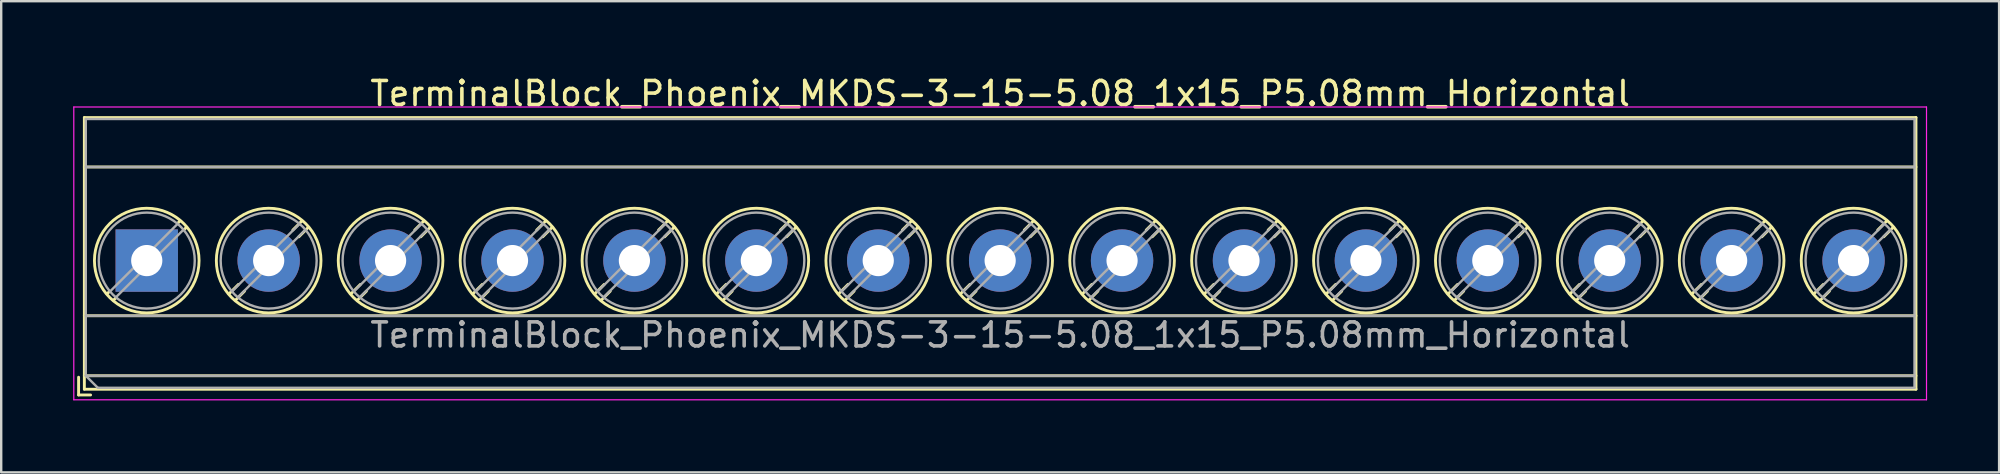
<source format=kicad_pcb>
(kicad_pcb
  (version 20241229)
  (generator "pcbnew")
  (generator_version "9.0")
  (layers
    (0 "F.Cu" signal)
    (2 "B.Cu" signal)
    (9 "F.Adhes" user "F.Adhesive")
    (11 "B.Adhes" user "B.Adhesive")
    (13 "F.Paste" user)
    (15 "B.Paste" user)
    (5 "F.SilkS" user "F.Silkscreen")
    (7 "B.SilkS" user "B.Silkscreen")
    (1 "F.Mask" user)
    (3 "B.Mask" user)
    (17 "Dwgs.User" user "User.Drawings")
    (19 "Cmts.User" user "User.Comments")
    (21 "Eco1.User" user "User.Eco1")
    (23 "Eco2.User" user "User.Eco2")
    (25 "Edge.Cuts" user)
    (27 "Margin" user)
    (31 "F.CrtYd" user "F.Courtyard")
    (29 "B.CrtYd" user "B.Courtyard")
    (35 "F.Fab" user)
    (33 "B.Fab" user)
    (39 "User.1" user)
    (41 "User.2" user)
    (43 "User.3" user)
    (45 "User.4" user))
  (footprint "TerminalBlock_Phoenix_MKDS-3-15-5.08_1x15_P5.08mm_Horizontal"
    (layer "F.Cu")
    (at 3.065 7.808)
    (property "Reference" "TerminalBlock_Phoenix_MKDS-3-15-5.08_1x15_P5.08mm_Horizontal" (at 35.56 -6.96 0) (layer "F.SilkS") (effects (font (size 1 1) (thickness 0.15))))
    (attr through_hole)
    (fp_line (start -2.84 4.86) (end -2.84 5.6) (stroke (width 0.12) (type solid)) (layer "F.SilkS"))
    (fp_line (start -2.84 5.6) (end -2.34 5.6) (stroke (width 0.12) (type solid)) (layer "F.SilkS"))
    (fp_line (start -2.6 -5.96) (end -2.6 5.36) (stroke (width 0.12) (type solid)) (layer "F.SilkS"))
    (fp_line (start -2.6 -5.96) (end 73.721 -5.96) (stroke (width 0.12) (type solid)) (layer "F.SilkS"))
    (fp_line (start -2.6 -3.9) (end 73.721 -3.9) (stroke (width 0.12) (type solid)) (layer "F.SilkS"))
    (fp_line (start -2.6 2.3) (end 73.721 2.3) (stroke (width 0.12) (type solid)) (layer "F.SilkS"))
    (fp_line (start -2.6 4.8) (end 73.721 4.8) (stroke (width 0.12) (type solid)) (layer "F.SilkS"))
    (fp_line (start -2.6 5.36) (end 73.721 5.36) (stroke (width 0.12) (type solid)) (layer "F.SilkS"))
    (fp_line (start -1.548 1.281) (end -1.654 1.388) (stroke (width 0.12) (type solid)) (layer "F.SilkS"))
    (fp_line (start -1.282 1.547) (end -1.388 1.654) (stroke (width 0.12) (type solid)) (layer "F.SilkS"))
    (fp_line (start 1.388 -1.654) (end 1.281 -1.547) (stroke (width 0.12) (type solid)) (layer "F.SilkS"))
    (fp_line (start 1.654 -1.388) (end 1.547 -1.281) (stroke (width 0.12) (type solid)) (layer "F.SilkS"))
    (fp_line (start 3.822 0.992) (end 3.427 1.388) (stroke (width 0.12) (type solid)) (layer "F.SilkS"))
    (fp_line (start 4.073 1.274) (end 3.693 1.654) (stroke (width 0.12) (type solid)) (layer "F.SilkS"))
    (fp_line (start 6.468 -1.654) (end 6.088 -1.274) (stroke (width 0.12) (type solid)) (layer "F.SilkS"))
    (fp_line (start 6.734 -1.388) (end 6.339 -0.992) (stroke (width 0.12) (type solid)) (layer "F.SilkS"))
    (fp_line (start 8.902 0.992) (end 8.507 1.388) (stroke (width 0.12) (type solid)) (layer "F.SilkS"))
    (fp_line (start 9.153 1.274) (end 8.773 1.654) (stroke (width 0.12) (type solid)) (layer "F.SilkS"))
    (fp_line (start 11.548 -1.654) (end 11.168 -1.274) (stroke (width 0.12) (type solid)) (layer "F.SilkS"))
    (fp_line (start 11.814 -1.388) (end 11.419 -0.992) (stroke (width 0.12) (type solid)) (layer "F.SilkS"))
    (fp_line (start 13.982 0.992) (end 13.587 1.388) (stroke (width 0.12) (type solid)) (layer "F.SilkS"))
    (fp_line (start 14.233 1.274) (end 13.853 1.654) (stroke (width 0.12) (type solid)) (layer "F.SilkS"))
    (fp_line (start 16.628 -1.654) (end 16.248 -1.274) (stroke (width 0.12) (type solid)) (layer "F.SilkS"))
    (fp_line (start 16.894 -1.388) (end 16.499 -0.992) (stroke (width 0.12) (type solid)) (layer "F.SilkS"))
    (fp_line (start 19.062 0.992) (end 18.667 1.388) (stroke (width 0.12) (type solid)) (layer "F.SilkS"))
    (fp_line (start 19.313 1.274) (end 18.933 1.654) (stroke (width 0.12) (type solid)) (layer "F.SilkS"))
    (fp_line (start 21.708 -1.654) (end 21.328 -1.274) (stroke (width 0.12) (type solid)) (layer "F.SilkS"))
    (fp_line (start 21.974 -1.388) (end 21.579 -0.992) (stroke (width 0.12) (type solid)) (layer "F.SilkS"))
    (fp_line (start 24.142 0.992) (end 23.747 1.388) (stroke (width 0.12) (type solid)) (layer "F.SilkS"))
    (fp_line (start 24.393 1.274) (end 24.013 1.654) (stroke (width 0.12) (type solid)) (layer "F.SilkS"))
    (fp_line (start 26.788 -1.654) (end 26.408 -1.274) (stroke (width 0.12) (type solid)) (layer "F.SilkS"))
    (fp_line (start 27.054 -1.388) (end 26.659 -0.992) (stroke (width 0.12) (type solid)) (layer "F.SilkS"))
    (fp_line (start 29.222 0.992) (end 28.827 1.388) (stroke (width 0.12) (type solid)) (layer "F.SilkS"))
    (fp_line (start 29.473 1.274) (end 29.093 1.654) (stroke (width 0.12) (type solid)) (layer "F.SilkS"))
    (fp_line (start 31.868 -1.654) (end 31.488 -1.274) (stroke (width 0.12) (type solid)) (layer "F.SilkS"))
    (fp_line (start 32.134 -1.388) (end 31.739 -0.992) (stroke (width 0.12) (type solid)) (layer "F.SilkS"))
    (fp_line (start 34.302 0.992) (end 33.907 1.388) (stroke (width 0.12) (type solid)) (layer "F.SilkS"))
    (fp_line (start 34.553 1.274) (end 34.173 1.654) (stroke (width 0.12) (type solid)) (layer "F.SilkS"))
    (fp_line (start 36.948 -1.654) (end 36.568 -1.274) (stroke (width 0.12) (type solid)) (layer "F.SilkS"))
    (fp_line (start 37.214 -1.388) (end 36.819 -0.992) (stroke (width 0.12) (type solid)) (layer "F.SilkS"))
    (fp_line (start 39.382 0.992) (end 38.987 1.388) (stroke (width 0.12) (type solid)) (layer "F.SilkS"))
    (fp_line (start 39.633 1.274) (end 39.253 1.654) (stroke (width 0.12) (type solid)) (layer "F.SilkS"))
    (fp_line (start 42.028 -1.654) (end 41.648 -1.274) (stroke (width 0.12) (type solid)) (layer "F.SilkS"))
    (fp_line (start 42.294 -1.388) (end 41.899 -0.992) (stroke (width 0.12) (type solid)) (layer "F.SilkS"))
    (fp_line (start 44.462 0.992) (end 44.067 1.388) (stroke (width 0.12) (type solid)) (layer "F.SilkS"))
    (fp_line (start 44.713 1.274) (end 44.333 1.654) (stroke (width 0.12) (type solid)) (layer "F.SilkS"))
    (fp_line (start 47.108 -1.654) (end 46.728 -1.274) (stroke (width 0.12) (type solid)) (layer "F.SilkS"))
    (fp_line (start 47.374 -1.388) (end 46.979 -0.992) (stroke (width 0.12) (type solid)) (layer "F.SilkS"))
    (fp_line (start 49.542 0.992) (end 49.147 1.388) (stroke (width 0.12) (type solid)) (layer "F.SilkS"))
    (fp_line (start 49.793 1.274) (end 49.413 1.654) (stroke (width 0.12) (type solid)) (layer "F.SilkS"))
    (fp_line (start 52.188 -1.654) (end 51.808 -1.274) (stroke (width 0.12) (type solid)) (layer "F.SilkS"))
    (fp_line (start 52.454 -1.388) (end 52.059 -0.992) (stroke (width 0.12) (type solid)) (layer "F.SilkS"))
    (fp_line (start 54.622 0.992) (end 54.227 1.388) (stroke (width 0.12) (type solid)) (layer "F.SilkS"))
    (fp_line (start 54.873 1.274) (end 54.493 1.654) (stroke (width 0.12) (type solid)) (layer "F.SilkS"))
    (fp_line (start 57.268 -1.654) (end 56.888 -1.274) (stroke (width 0.12) (type solid)) (layer "F.SilkS"))
    (fp_line (start 57.534 -1.388) (end 57.139 -0.992) (stroke (width 0.12) (type solid)) (layer "F.SilkS"))
    (fp_line (start 59.702 0.992) (end 59.307 1.388) (stroke (width 0.12) (type solid)) (layer "F.SilkS"))
    (fp_line (start 59.953 1.274) (end 59.573 1.654) (stroke (width 0.12) (type solid)) (layer "F.SilkS"))
    (fp_line (start 62.348 -1.654) (end 61.968 -1.274) (stroke (width 0.12) (type solid)) (layer "F.SilkS"))
    (fp_line (start 62.614 -1.388) (end 62.219 -0.992) (stroke (width 0.12) (type solid)) (layer "F.SilkS"))
    (fp_line (start 64.782 0.992) (end 64.387 1.388) (stroke (width 0.12) (type solid)) (layer "F.SilkS"))
    (fp_line (start 65.033 1.274) (end 64.653 1.654) (stroke (width 0.12) (type solid)) (layer "F.SilkS"))
    (fp_line (start 67.428 -1.654) (end 67.048 -1.274) (stroke (width 0.12) (type solid)) (layer "F.SilkS"))
    (fp_line (start 67.694 -1.388) (end 67.299 -0.992) (stroke (width 0.12) (type solid)) (layer "F.SilkS"))
    (fp_line (start 69.862 0.992) (end 69.467 1.388) (stroke (width 0.12) (type solid)) (layer "F.SilkS"))
    (fp_line (start 70.113 1.274) (end 69.733 1.654) (stroke (width 0.12) (type solid)) (layer "F.SilkS"))
    (fp_line (start 72.508 -1.654) (end 72.128 -1.274) (stroke (width 0.12) (type solid)) (layer "F.SilkS"))
    (fp_line (start 72.774 -1.388) (end 72.379 -0.992) (stroke (width 0.12) (type solid)) (layer "F.SilkS"))
    (fp_line (start 73.721 -5.96) (end 73.721 5.36) (stroke (width 0.12) (type solid)) (layer "F.SilkS"))
    (fp_circle (center 0 0) (end 2.18 0) (stroke (width 0.12) (type solid)) (fill no) (layer "F.SilkS"))
    (fp_circle (center 5.08 0) (end 7.26 0) (stroke (width 0.12) (type solid)) (fill no) (layer "F.SilkS"))
    (fp_circle (center 10.16 0) (end 12.34 0) (stroke (width 0.12) (type solid)) (fill no) (layer "F.SilkS"))
    (fp_circle (center 15.24 0) (end 17.42 0) (stroke (width 0.12) (type solid)) (fill no) (layer "F.SilkS"))
    (fp_circle (center 20.32 0) (end 22.5 0) (stroke (width 0.12) (type solid)) (fill no) (layer "F.SilkS"))
    (fp_circle (center 25.4 0) (end 27.58 0) (stroke (width 0.12) (type solid)) (fill no) (layer "F.SilkS"))
    (fp_circle (center 30.48 0) (end 32.66 0) (stroke (width 0.12) (type solid)) (fill no) (layer "F.SilkS"))
    (fp_circle (center 35.56 0) (end 37.74 0) (stroke (width 0.12) (type solid)) (fill no) (layer "F.SilkS"))
    (fp_circle (center 40.64 0) (end 42.82 0) (stroke (width 0.12) (type solid)) (fill no) (layer "F.SilkS"))
    (fp_circle (center 45.72 0) (end 47.9 0) (stroke (width 0.12) (type solid)) (fill no) (layer "F.SilkS"))
    (fp_circle (center 50.8 0) (end 52.98 0) (stroke (width 0.12) (type solid)) (fill no) (layer "F.SilkS"))
    (fp_circle (center 55.88 0) (end 58.06 0) (stroke (width 0.12) (type solid)) (fill no) (layer "F.SilkS"))
    (fp_circle (center 60.96 0) (end 63.14 0) (stroke (width 0.12) (type solid)) (fill no) (layer "F.SilkS"))
    (fp_circle (center 66.04 0) (end 68.22 0) (stroke (width 0.12) (type solid)) (fill no) (layer "F.SilkS"))
    (fp_circle (center 71.12 0) (end 73.3 0) (stroke (width 0.12) (type solid)) (fill no) (layer "F.SilkS"))
    (fp_line (start -3.04 -6.4) (end -3.04 5.8) (stroke (width 0.05) (type solid)) (layer "F.CrtYd"))
    (fp_line (start -3.04 5.8) (end 74.16 5.8) (stroke (width 0.05) (type solid)) (layer "F.CrtYd"))
    (fp_line (start 74.16 -6.4) (end -3.04 -6.4) (stroke (width 0.05) (type solid)) (layer "F.CrtYd"))
    (fp_line (start 74.16 5.8) (end 74.16 -6.4) (stroke (width 0.05) (type solid)) (layer "F.CrtYd"))
    (fp_line (start -2.54 -5.9) (end 73.66 -5.9) (stroke (width 0.1) (type solid)) (layer "F.Fab"))
    (fp_line (start -2.54 -3.9) (end 73.66 -3.9) (stroke (width 0.1) (type solid)) (layer "F.Fab"))
    (fp_line (start -2.54 2.3) (end 73.66 2.3) (stroke (width 0.1) (type solid)) (layer "F.Fab"))
    (fp_line (start -2.54 4.8) (end -2.54 -5.9) (stroke (width 0.1) (type solid)) (layer "F.Fab"))
    (fp_line (start -2.54 4.8) (end 73.66 4.8) (stroke (width 0.1) (type solid)) (layer "F.Fab"))
    (fp_line (start -2.04 5.3) (end -2.54 4.8) (stroke (width 0.1) (type solid)) (layer "F.Fab"))
    (fp_line (start 1.273 -1.517) (end -1.517 1.273) (stroke (width 0.1) (type solid)) (layer "F.Fab"))
    (fp_line (start 1.517 -1.273) (end -1.273 1.517) (stroke (width 0.1) (type solid)) (layer "F.Fab"))
    (fp_line (start 6.353 -1.517) (end 3.564 1.273) (stroke (width 0.1) (type solid)) (layer "F.Fab"))
    (fp_line (start 6.597 -1.273) (end 3.808 1.517) (stroke (width 0.1) (type solid)) (layer "F.Fab"))
    (fp_line (start 11.433 -1.517) (end 8.644 1.273) (stroke (width 0.1) (type solid)) (layer "F.Fab"))
    (fp_line (start 11.677 -1.273) (end 8.888 1.517) (stroke (width 0.1) (type solid)) (layer "F.Fab"))
    (fp_line (start 16.513 -1.517) (end 13.724 1.273) (stroke (width 0.1) (type solid)) (layer "F.Fab"))
    (fp_line (start 16.757 -1.273) (end 13.968 1.517) (stroke (width 0.1) (type solid)) (layer "F.Fab"))
    (fp_line (start 21.593 -1.517) (end 18.804 1.273) (stroke (width 0.1) (type solid)) (layer "F.Fab"))
    (fp_line (start 21.837 -1.273) (end 19.048 1.517) (stroke (width 0.1) (type solid)) (layer "F.Fab"))
    (fp_line (start 26.673 -1.517) (end 23.884 1.273) (stroke (width 0.1) (type solid)) (layer "F.Fab"))
    (fp_line (start 26.917 -1.273) (end 24.128 1.517) (stroke (width 0.1) (type solid)) (layer "F.Fab"))
    (fp_line (start 31.753 -1.517) (end 28.964 1.273) (stroke (width 0.1) (type solid)) (layer "F.Fab"))
    (fp_line (start 31.997 -1.273) (end 29.208 1.517) (stroke (width 0.1) (type solid)) (layer "F.Fab"))
    (fp_line (start 36.833 -1.517) (end 34.044 1.273) (stroke (width 0.1) (type solid)) (layer "F.Fab"))
    (fp_line (start 37.077 -1.273) (end 34.288 1.517) (stroke (width 0.1) (type solid)) (layer "F.Fab"))
    (fp_line (start 41.913 -1.517) (end 39.124 1.273) (stroke (width 0.1) (type solid)) (layer "F.Fab"))
    (fp_line (start 42.157 -1.273) (end 39.368 1.517) (stroke (width 0.1) (type solid)) (layer "F.Fab"))
    (fp_line (start 46.993 -1.517) (end 44.204 1.273) (stroke (width 0.1) (type solid)) (layer "F.Fab"))
    (fp_line (start 47.237 -1.273) (end 44.448 1.517) (stroke (width 0.1) (type solid)) (layer "F.Fab"))
    (fp_line (start 52.073 -1.517) (end 49.284 1.273) (stroke (width 0.1) (type solid)) (layer "F.Fab"))
    (fp_line (start 52.317 -1.273) (end 49.528 1.517) (stroke (width 0.1) (type solid)) (layer "F.Fab"))
    (fp_line (start 57.153 -1.517) (end 54.364 1.273) (stroke (width 0.1) (type solid)) (layer "F.Fab"))
    (fp_line (start 57.397 -1.273) (end 54.608 1.517) (stroke (width 0.1) (type solid)) (layer "F.Fab"))
    (fp_line (start 62.233 -1.517) (end 59.444 1.273) (stroke (width 0.1) (type solid)) (layer "F.Fab"))
    (fp_line (start 62.477 -1.273) (end 59.688 1.517) (stroke (width 0.1) (type solid)) (layer "F.Fab"))
    (fp_line (start 67.313 -1.517) (end 64.524 1.273) (stroke (width 0.1) (type solid)) (layer "F.Fab"))
    (fp_line (start 67.557 -1.273) (end 64.768 1.517) (stroke (width 0.1) (type solid)) (layer "F.Fab"))
    (fp_line (start 72.393 -1.517) (end 69.604 1.273) (stroke (width 0.1) (type solid)) (layer "F.Fab"))
    (fp_line (start 72.637 -1.273) (end 69.848 1.517) (stroke (width 0.1) (type solid)) (layer "F.Fab"))
    (fp_line (start 73.66 -5.9) (end 73.66 5.3) (stroke (width 0.1) (type solid)) (layer "F.Fab"))
    (fp_line (start 73.66 5.3) (end -2.04 5.3) (stroke (width 0.1) (type solid)) (layer "F.Fab"))
    (fp_circle (center 0 0) (end 2 0) (stroke (width 0.1) (type solid)) (fill no) (layer "F.Fab"))
    (fp_circle (center 5.08 0) (end 7.08 0) (stroke (width 0.1) (type solid)) (fill no) (layer "F.Fab"))
    (fp_circle (center 10.16 0) (end 12.16 0) (stroke (width 0.1) (type solid)) (fill no) (layer "F.Fab"))
    (fp_circle (center 15.24 0) (end 17.24 0) (stroke (width 0.1) (type solid)) (fill no) (layer "F.Fab"))
    (fp_circle (center 20.32 0) (end 22.32 0) (stroke (width 0.1) (type solid)) (fill no) (layer "F.Fab"))
    (fp_circle (center 25.4 0) (end 27.4 0) (stroke (width 0.1) (type solid)) (fill no) (layer "F.Fab"))
    (fp_circle (center 30.48 0) (end 32.48 0) (stroke (width 0.1) (type solid)) (fill no) (layer "F.Fab"))
    (fp_circle (center 35.56 0) (end 37.56 0) (stroke (width 0.1) (type solid)) (fill no) (layer "F.Fab"))
    (fp_circle (center 40.64 0) (end 42.64 0) (stroke (width 0.1) (type solid)) (fill no) (layer "F.Fab"))
    (fp_circle (center 45.72 0) (end 47.72 0) (stroke (width 0.1) (type solid)) (fill no) (layer "F.Fab"))
    (fp_circle (center 50.8 0) (end 52.8 0) (stroke (width 0.1) (type solid)) (fill no) (layer "F.Fab"))
    (fp_circle (center 55.88 0) (end 57.88 0) (stroke (width 0.1) (type solid)) (fill no) (layer "F.Fab"))
    (fp_circle (center 60.96 0) (end 62.96 0) (stroke (width 0.1) (type solid)) (fill no) (layer "F.Fab"))
    (fp_circle (center 66.04 0) (end 68.04 0) (stroke (width 0.1) (type solid)) (fill no) (layer "F.Fab"))
    (fp_circle (center 71.12 0) (end 73.12 0) (stroke (width 0.1) (type solid)) (fill no) (layer "F.Fab"))
    (fp_text user "${REFERENCE}" (at 35.56 3.1 0) (layer "F.Fab") (effects (font (size 1 1) (thickness 0.15))))
    (pad "1" thru_hole rect (at 0 0) (size 2.6 2.6) (drill 1.3) (layers "*.Cu" "*.Mask"))
    (pad "2" thru_hole circle (at 5.08 0) (size 2.6 2.6) (drill 1.3) (layers "*.Cu" "*.Mask"))
    (pad "3" thru_hole circle (at 10.16 0) (size 2.6 2.6) (drill 1.3) (layers "*.Cu" "*.Mask"))
    (pad "4" thru_hole circle (at 15.24 0) (size 2.6 2.6) (drill 1.3) (layers "*.Cu" "*.Mask"))
    (pad "5" thru_hole circle (at 20.32 0) (size 2.6 2.6) (drill 1.3) (layers "*.Cu" "*.Mask"))
    (pad "6" thru_hole circle (at 25.4 0) (size 2.6 2.6) (drill 1.3) (layers "*.Cu" "*.Mask"))
    (pad "7" thru_hole circle (at 30.48 0) (size 2.6 2.6) (drill 1.3) (layers "*.Cu" "*.Mask"))
    (pad "8" thru_hole circle (at 35.56 0) (size 2.6 2.6) (drill 1.3) (layers "*.Cu" "*.Mask"))
    (pad "9" thru_hole circle (at 40.64 0) (size 2.6 2.6) (drill 1.3) (layers "*.Cu" "*.Mask"))
    (pad "10" thru_hole circle (at 45.72 0) (size 2.6 2.6) (drill 1.3) (layers "*.Cu" "*.Mask"))
    (pad "11" thru_hole circle (at 50.8 0) (size 2.6 2.6) (drill 1.3) (layers "*.Cu" "*.Mask"))
    (pad "12" thru_hole circle (at 55.88 0) (size 2.6 2.6) (drill 1.3) (layers "*.Cu" "*.Mask"))
    (pad "13" thru_hole circle (at 60.96 0) (size 2.6 2.6) (drill 1.3) (layers "*.Cu" "*.Mask"))
    (pad "14" thru_hole circle (at 66.04 0) (size 2.6 2.6) (drill 1.3) (layers "*.Cu" "*.Mask"))
    (pad "15" thru_hole circle (at 71.12 0) (size 2.6 2.6) (drill 1.3) (layers "*.Cu" "*.Mask")))
  (gr_rect
    (start -3 -3)
    (end 80.25 16.633)
    (stroke (width 0.1) (type default))
    (fill no)
    (layer "Edge.Cuts")))
</source>
